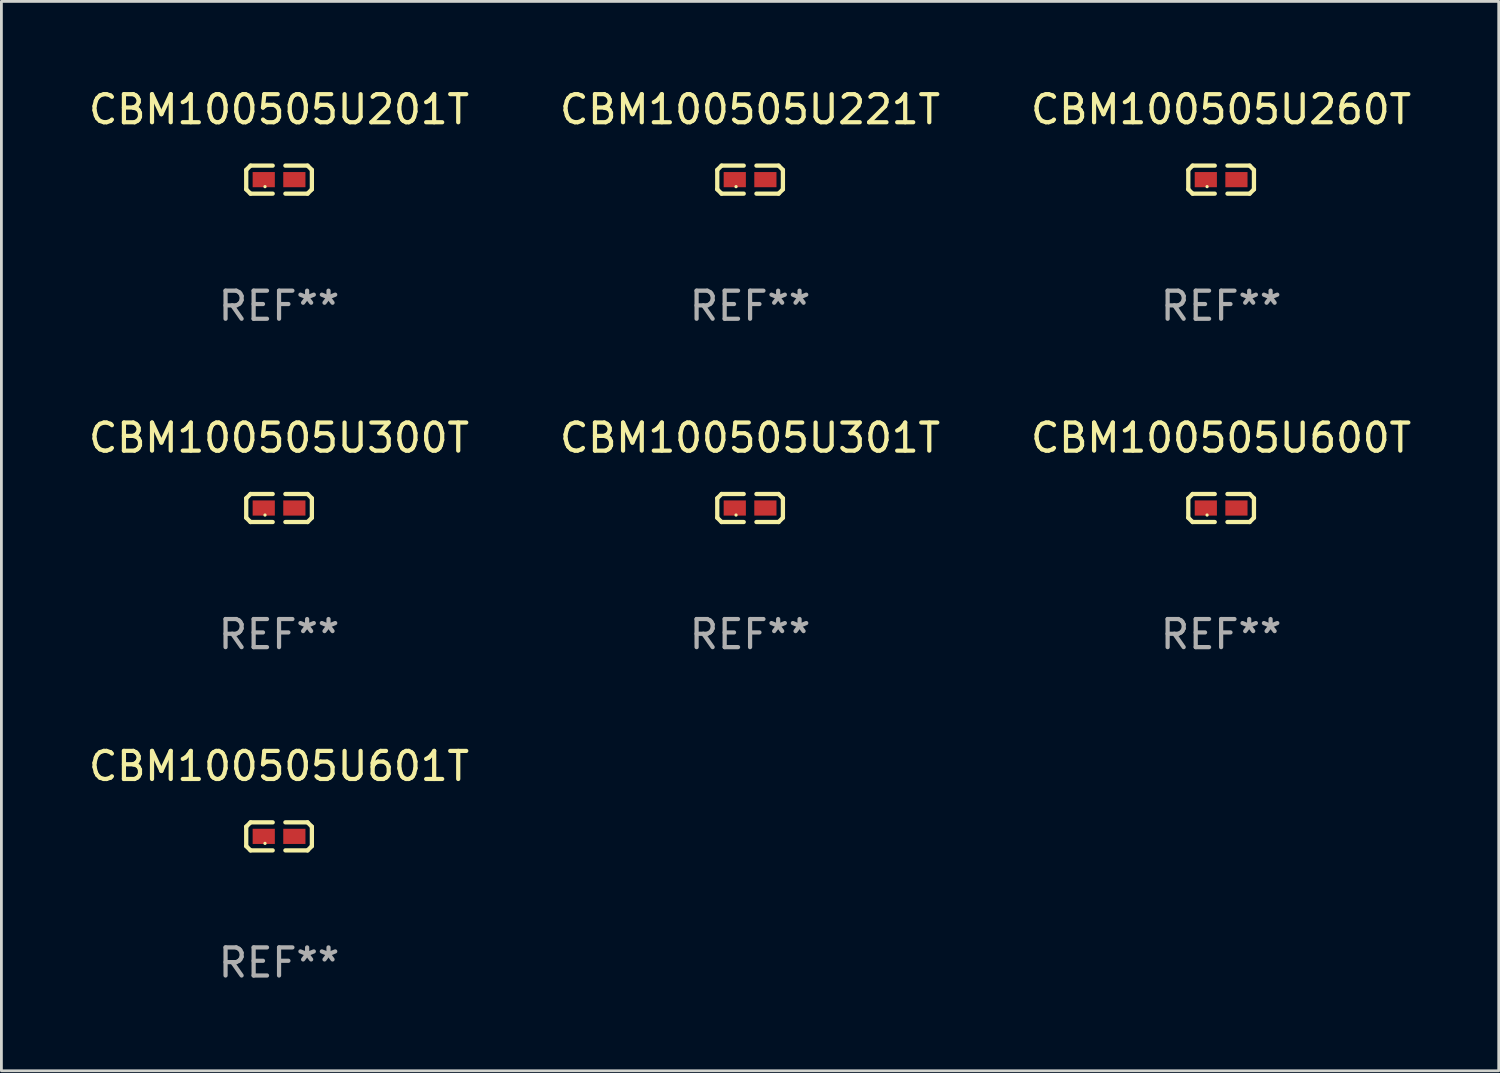
<source format=kicad_pcb>
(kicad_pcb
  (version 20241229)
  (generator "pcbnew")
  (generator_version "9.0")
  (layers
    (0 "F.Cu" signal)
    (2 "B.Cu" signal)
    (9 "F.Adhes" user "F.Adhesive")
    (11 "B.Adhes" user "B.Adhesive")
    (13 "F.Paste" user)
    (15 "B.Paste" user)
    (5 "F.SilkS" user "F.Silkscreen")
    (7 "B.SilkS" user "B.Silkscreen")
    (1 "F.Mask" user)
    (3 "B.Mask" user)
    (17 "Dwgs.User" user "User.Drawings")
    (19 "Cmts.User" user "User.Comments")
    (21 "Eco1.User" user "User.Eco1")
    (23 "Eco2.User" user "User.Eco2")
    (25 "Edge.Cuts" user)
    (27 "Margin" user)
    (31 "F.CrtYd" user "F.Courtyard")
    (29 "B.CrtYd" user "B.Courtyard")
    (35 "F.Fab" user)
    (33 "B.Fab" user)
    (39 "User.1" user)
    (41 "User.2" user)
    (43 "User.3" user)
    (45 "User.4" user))
  (footprint "CBM100505U260T"
    (layer "F.Cu")
    (at 40.435 3.347)
    (property "Reference" "CBM100505U260T" (at 0 -2.499 0) (layer "F.SilkS") (effects (font (size 1 1) (thickness 0.15))))
    (attr through_hole)
    (fp_line (start -1.169 -0.346) (end -1.016 -0.499) (stroke (width 0.152) (type solid)) (layer "F.SilkS"))
    (fp_line (start -1.169 0.346) (end -1.169 -0.346) (stroke (width 0.152) (type solid)) (layer "F.SilkS"))
    (fp_line (start -1.016 -0.499) (end -0.226 -0.499) (stroke (width 0.152) (type solid)) (layer "F.SilkS"))
    (fp_line (start -1.016 0.499) (end -1.169 0.346) (stroke (width 0.152) (type solid)) (layer "F.SilkS"))
    (fp_line (start -0.226 0.499) (end -1.016 0.499) (stroke (width 0.152) (type solid)) (layer "F.SilkS"))
    (fp_line (start 0.226 0.499) (end 1.016 0.499) (stroke (width 0.152) (type solid)) (layer "F.SilkS"))
    (fp_line (start 1.016 -0.499) (end 0.226 -0.499) (stroke (width 0.152) (type solid)) (layer "F.SilkS"))
    (fp_line (start 1.016 0.499) (end 1.169 0.346) (stroke (width 0.152) (type solid)) (layer "F.SilkS"))
    (fp_line (start 1.169 -0.346) (end 1.016 -0.499) (stroke (width 0.152) (type solid)) (layer "F.SilkS"))
    (fp_line (start 1.169 0.346) (end 1.169 -0.346) (stroke (width 0.152) (type solid)) (layer "F.SilkS"))
    (fp_circle (center -0.5 0.25) (end -0.47 0.25) (stroke (width 0.06) (type solid)) (fill no) (layer "F.SilkS"))
    (fp_text user "REF**" (at 0 4.499 0) (layer "F.Fab") (effects (font (size 1 1) (thickness 0.15))))
    (pad "1" smd rect (at -0.545 0) (size 0.79 0.54) (layers "F.Cu" "F.Mask" "F.Paste"))
    (pad "2" smd rect (at 0.545 0) (size 0.79 0.54) (layers "F.Cu" "F.Mask" "F.Paste")))
  (footprint "CBM100505U600T"
    (layer "F.Cu")
    (at 40.435 15.041)
    (property "Reference" "CBM100505U600T" (at 0 -2.499 0) (layer "F.SilkS") (effects (font (size 1 1) (thickness 0.15))))
    (attr through_hole)
    (fp_line (start -1.169 -0.346) (end -1.016 -0.499) (stroke (width 0.152) (type solid)) (layer "F.SilkS"))
    (fp_line (start -1.169 0.346) (end -1.169 -0.346) (stroke (width 0.152) (type solid)) (layer "F.SilkS"))
    (fp_line (start -1.016 -0.499) (end -0.226 -0.499) (stroke (width 0.152) (type solid)) (layer "F.SilkS"))
    (fp_line (start -1.016 0.499) (end -1.169 0.346) (stroke (width 0.152) (type solid)) (layer "F.SilkS"))
    (fp_line (start -0.226 0.499) (end -1.016 0.499) (stroke (width 0.152) (type solid)) (layer "F.SilkS"))
    (fp_line (start 0.226 0.499) (end 1.016 0.499) (stroke (width 0.152) (type solid)) (layer "F.SilkS"))
    (fp_line (start 1.016 -0.499) (end 0.226 -0.499) (stroke (width 0.152) (type solid)) (layer "F.SilkS"))
    (fp_line (start 1.016 0.499) (end 1.169 0.346) (stroke (width 0.152) (type solid)) (layer "F.SilkS"))
    (fp_line (start 1.169 -0.346) (end 1.016 -0.499) (stroke (width 0.152) (type solid)) (layer "F.SilkS"))
    (fp_line (start 1.169 0.346) (end 1.169 -0.346) (stroke (width 0.152) (type solid)) (layer "F.SilkS"))
    (fp_circle (center -0.5 0.25) (end -0.47 0.25) (stroke (width 0.06) (type solid)) (fill no) (layer "F.SilkS"))
    (fp_text user "REF**" (at 0 4.499 0) (layer "F.Fab") (effects (font (size 1 1) (thickness 0.15))))
    (pad "1" smd rect (at -0.545 0) (size 0.79 0.54) (layers "F.Cu" "F.Mask" "F.Paste"))
    (pad "2" smd rect (at 0.545 0) (size 0.79 0.54) (layers "F.Cu" "F.Mask" "F.Paste")))
  (footprint "CBM100505U300T"
    (layer "F.Cu")
    (at 6.887 15.041)
    (property "Reference" "CBM100505U300T" (at 0 -2.499 0) (layer "F.SilkS") (effects (font (size 1 1) (thickness 0.15))))
    (attr through_hole)
    (fp_line (start -1.169 -0.346) (end -1.016 -0.499) (stroke (width 0.152) (type solid)) (layer "F.SilkS"))
    (fp_line (start -1.169 0.346) (end -1.169 -0.346) (stroke (width 0.152) (type solid)) (layer "F.SilkS"))
    (fp_line (start -1.016 -0.499) (end -0.226 -0.499) (stroke (width 0.152) (type solid)) (layer "F.SilkS"))
    (fp_line (start -1.016 0.499) (end -1.169 0.346) (stroke (width 0.152) (type solid)) (layer "F.SilkS"))
    (fp_line (start -0.226 0.499) (end -1.016 0.499) (stroke (width 0.152) (type solid)) (layer "F.SilkS"))
    (fp_line (start 0.226 0.499) (end 1.016 0.499) (stroke (width 0.152) (type solid)) (layer "F.SilkS"))
    (fp_line (start 1.016 -0.499) (end 0.226 -0.499) (stroke (width 0.152) (type solid)) (layer "F.SilkS"))
    (fp_line (start 1.016 0.499) (end 1.169 0.346) (stroke (width 0.152) (type solid)) (layer "F.SilkS"))
    (fp_line (start 1.169 -0.346) (end 1.016 -0.499) (stroke (width 0.152) (type solid)) (layer "F.SilkS"))
    (fp_line (start 1.169 0.346) (end 1.169 -0.346) (stroke (width 0.152) (type solid)) (layer "F.SilkS"))
    (fp_circle (center -0.5 0.25) (end -0.47 0.25) (stroke (width 0.06) (type solid)) (fill no) (layer "F.SilkS"))
    (fp_text user "REF**" (at 0 4.499 0) (layer "F.Fab") (effects (font (size 1 1) (thickness 0.15))))
    (pad "1" smd rect (at -0.545 0) (size 0.79 0.54) (layers "F.Cu" "F.Mask" "F.Paste"))
    (pad "2" smd rect (at 0.545 0) (size 0.79 0.54) (layers "F.Cu" "F.Mask" "F.Paste")))
  (footprint "CBM100505U301T"
    (layer "F.Cu")
    (at 23.661 15.041)
    (property "Reference" "CBM100505U301T" (at 0 -2.499 0) (layer "F.SilkS") (effects (font (size 1 1) (thickness 0.15))))
    (attr through_hole)
    (fp_line (start -1.169 -0.346) (end -1.016 -0.499) (stroke (width 0.152) (type solid)) (layer "F.SilkS"))
    (fp_line (start -1.169 0.346) (end -1.169 -0.346) (stroke (width 0.152) (type solid)) (layer "F.SilkS"))
    (fp_line (start -1.016 -0.499) (end -0.226 -0.499) (stroke (width 0.152) (type solid)) (layer "F.SilkS"))
    (fp_line (start -1.016 0.499) (end -1.169 0.346) (stroke (width 0.152) (type solid)) (layer "F.SilkS"))
    (fp_line (start -0.226 0.499) (end -1.016 0.499) (stroke (width 0.152) (type solid)) (layer "F.SilkS"))
    (fp_line (start 0.226 0.499) (end 1.016 0.499) (stroke (width 0.152) (type solid)) (layer "F.SilkS"))
    (fp_line (start 1.016 -0.499) (end 0.226 -0.499) (stroke (width 0.152) (type solid)) (layer "F.SilkS"))
    (fp_line (start 1.016 0.499) (end 1.169 0.346) (stroke (width 0.152) (type solid)) (layer "F.SilkS"))
    (fp_line (start 1.169 -0.346) (end 1.016 -0.499) (stroke (width 0.152) (type solid)) (layer "F.SilkS"))
    (fp_line (start 1.169 0.346) (end 1.169 -0.346) (stroke (width 0.152) (type solid)) (layer "F.SilkS"))
    (fp_circle (center -0.5 0.25) (end -0.47 0.25) (stroke (width 0.06) (type solid)) (fill no) (layer "F.SilkS"))
    (fp_text user "REF**" (at 0 4.499 0) (layer "F.Fab") (effects (font (size 1 1) (thickness 0.15))))
    (pad "1" smd rect (at -0.545 0) (size 0.79 0.54) (layers "F.Cu" "F.Mask" "F.Paste"))
    (pad "2" smd rect (at 0.545 0) (size 0.79 0.54) (layers "F.Cu" "F.Mask" "F.Paste")))
  (footprint "CBM100505U601T"
    (layer "F.Cu")
    (at 6.887 26.734)
    (property "Reference" "CBM100505U601T" (at 0 -2.499 0) (layer "F.SilkS") (effects (font (size 1 1) (thickness 0.15))))
    (attr through_hole)
    (fp_line (start -1.169 -0.346) (end -1.016 -0.499) (stroke (width 0.152) (type solid)) (layer "F.SilkS"))
    (fp_line (start -1.169 0.346) (end -1.169 -0.346) (stroke (width 0.152) (type solid)) (layer "F.SilkS"))
    (fp_line (start -1.016 -0.499) (end -0.226 -0.499) (stroke (width 0.152) (type solid)) (layer "F.SilkS"))
    (fp_line (start -1.016 0.499) (end -1.169 0.346) (stroke (width 0.152) (type solid)) (layer "F.SilkS"))
    (fp_line (start -0.226 0.499) (end -1.016 0.499) (stroke (width 0.152) (type solid)) (layer "F.SilkS"))
    (fp_line (start 0.226 0.499) (end 1.016 0.499) (stroke (width 0.152) (type solid)) (layer "F.SilkS"))
    (fp_line (start 1.016 -0.499) (end 0.226 -0.499) (stroke (width 0.152) (type solid)) (layer "F.SilkS"))
    (fp_line (start 1.016 0.499) (end 1.169 0.346) (stroke (width 0.152) (type solid)) (layer "F.SilkS"))
    (fp_line (start 1.169 -0.346) (end 1.016 -0.499) (stroke (width 0.152) (type solid)) (layer "F.SilkS"))
    (fp_line (start 1.169 0.346) (end 1.169 -0.346) (stroke (width 0.152) (type solid)) (layer "F.SilkS"))
    (fp_circle (center -0.5 0.25) (end -0.47 0.25) (stroke (width 0.06) (type solid)) (fill no) (layer "F.SilkS"))
    (fp_text user "REF**" (at 0 4.499 0) (layer "F.Fab") (effects (font (size 1 1) (thickness 0.15))))
    (pad "1" smd rect (at -0.545 0) (size 0.79 0.54) (layers "F.Cu" "F.Mask" "F.Paste"))
    (pad "2" smd rect (at 0.545 0) (size 0.79 0.54) (layers "F.Cu" "F.Mask" "F.Paste")))
  (footprint "CBM100505U221T"
    (layer "F.Cu")
    (at 23.661 3.347)
    (property "Reference" "CBM100505U221T" (at 0 -2.499 0) (layer "F.SilkS") (effects (font (size 1 1) (thickness 0.15))))
    (attr through_hole)
    (fp_line (start -1.169 -0.346) (end -1.016 -0.499) (stroke (width 0.152) (type solid)) (layer "F.SilkS"))
    (fp_line (start -1.169 0.346) (end -1.169 -0.346) (stroke (width 0.152) (type solid)) (layer "F.SilkS"))
    (fp_line (start -1.016 -0.499) (end -0.226 -0.499) (stroke (width 0.152) (type solid)) (layer "F.SilkS"))
    (fp_line (start -1.016 0.499) (end -1.169 0.346) (stroke (width 0.152) (type solid)) (layer "F.SilkS"))
    (fp_line (start -0.226 0.499) (end -1.016 0.499) (stroke (width 0.152) (type solid)) (layer "F.SilkS"))
    (fp_line (start 0.226 0.499) (end 1.016 0.499) (stroke (width 0.152) (type solid)) (layer "F.SilkS"))
    (fp_line (start 1.016 -0.499) (end 0.226 -0.499) (stroke (width 0.152) (type solid)) (layer "F.SilkS"))
    (fp_line (start 1.016 0.499) (end 1.169 0.346) (stroke (width 0.152) (type solid)) (layer "F.SilkS"))
    (fp_line (start 1.169 -0.346) (end 1.016 -0.499) (stroke (width 0.152) (type solid)) (layer "F.SilkS"))
    (fp_line (start 1.169 0.346) (end 1.169 -0.346) (stroke (width 0.152) (type solid)) (layer "F.SilkS"))
    (fp_circle (center -0.5 0.25) (end -0.47 0.25) (stroke (width 0.06) (type solid)) (fill no) (layer "F.SilkS"))
    (fp_text user "REF**" (at 0 4.499 0) (layer "F.Fab") (effects (font (size 1 1) (thickness 0.15))))
    (pad "1" smd rect (at -0.545 0) (size 0.79 0.54) (layers "F.Cu" "F.Mask" "F.Paste"))
    (pad "2" smd rect (at 0.545 0) (size 0.79 0.54) (layers "F.Cu" "F.Mask" "F.Paste")))
  (footprint "CBM100505U201T"
    (layer "F.Cu")
    (at 6.887 3.347)
    (property "Reference" "CBM100505U201T" (at 0 -2.499 0) (layer "F.SilkS") (effects (font (size 1 1) (thickness 0.15))))
    (attr through_hole)
    (fp_line (start -1.169 -0.346) (end -1.016 -0.499) (stroke (width 0.152) (type solid)) (layer "F.SilkS"))
    (fp_line (start -1.169 0.346) (end -1.169 -0.346) (stroke (width 0.152) (type solid)) (layer "F.SilkS"))
    (fp_line (start -1.016 -0.499) (end -0.226 -0.499) (stroke (width 0.152) (type solid)) (layer "F.SilkS"))
    (fp_line (start -1.016 0.499) (end -1.169 0.346) (stroke (width 0.152) (type solid)) (layer "F.SilkS"))
    (fp_line (start -0.226 0.499) (end -1.016 0.499) (stroke (width 0.152) (type solid)) (layer "F.SilkS"))
    (fp_line (start 0.226 0.499) (end 1.016 0.499) (stroke (width 0.152) (type solid)) (layer "F.SilkS"))
    (fp_line (start 1.016 -0.499) (end 0.226 -0.499) (stroke (width 0.152) (type solid)) (layer "F.SilkS"))
    (fp_line (start 1.016 0.499) (end 1.169 0.346) (stroke (width 0.152) (type solid)) (layer "F.SilkS"))
    (fp_line (start 1.169 -0.346) (end 1.016 -0.499) (stroke (width 0.152) (type solid)) (layer "F.SilkS"))
    (fp_line (start 1.169 0.346) (end 1.169 -0.346) (stroke (width 0.152) (type solid)) (layer "F.SilkS"))
    (fp_circle (center -0.5 0.25) (end -0.47 0.25) (stroke (width 0.06) (type solid)) (fill no) (layer "F.SilkS"))
    (fp_text user "REF**" (at 0 4.499 0) (layer "F.Fab") (effects (font (size 1 1) (thickness 0.15))))
    (pad "1" smd rect (at -0.545 0) (size 0.79 0.54) (layers "F.Cu" "F.Mask" "F.Paste"))
    (pad "2" smd rect (at 0.545 0) (size 0.79 0.54) (layers "F.Cu" "F.Mask" "F.Paste")))
  (gr_rect
    (start -3 -3)
    (end 50.321 35.081)
    (stroke (width 0.1) (type default))
    (fill no)
    (layer "Edge.Cuts")))
</source>
